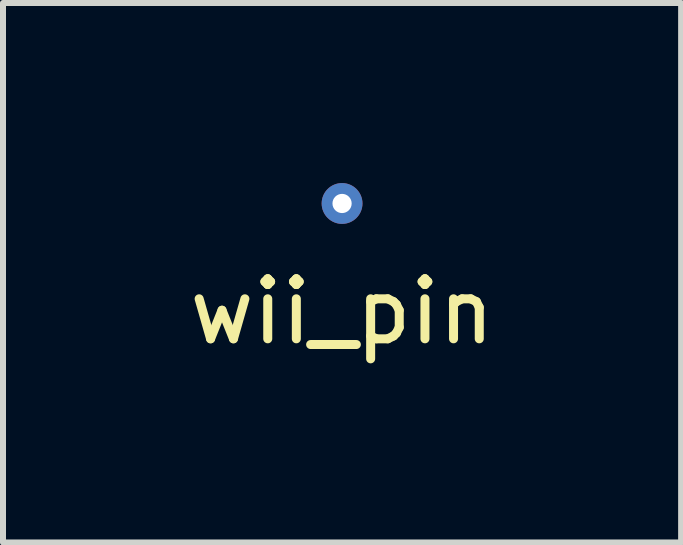
<source format=kicad_pcb>
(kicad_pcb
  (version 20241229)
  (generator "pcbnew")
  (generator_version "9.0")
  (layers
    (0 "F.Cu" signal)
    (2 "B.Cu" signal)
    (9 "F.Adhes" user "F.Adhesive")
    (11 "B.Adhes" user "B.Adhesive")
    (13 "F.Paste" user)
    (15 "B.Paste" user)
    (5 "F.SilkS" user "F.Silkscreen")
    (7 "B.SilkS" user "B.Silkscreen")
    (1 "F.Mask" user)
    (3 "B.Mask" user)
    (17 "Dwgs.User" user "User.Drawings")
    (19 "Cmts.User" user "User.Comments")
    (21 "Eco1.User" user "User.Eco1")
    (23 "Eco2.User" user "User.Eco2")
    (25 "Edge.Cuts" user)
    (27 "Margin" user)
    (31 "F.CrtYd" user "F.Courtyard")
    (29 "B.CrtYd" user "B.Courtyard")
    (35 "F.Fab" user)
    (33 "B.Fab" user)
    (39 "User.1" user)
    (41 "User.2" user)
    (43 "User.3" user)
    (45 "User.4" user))
  (footprint "wii_pin"
    (layer "F.Cu")
    (at 2.649 0.34)
    (property "Reference" "wii_pin" (at 0 1.8 0) (layer "F.SilkS") (effects (font (size 1 1) (thickness 0.15))))
    (attr through_hole)
    (pad "1" thru_hole circle (at 0 0) (size 0.68 0.68) (drill 0.32) (layers "*.Cu" "*.Mask")))
  (gr_rect
    (start -3 -3)
    (end 8.298 5.988)
    (stroke (width 0.1) (type default))
    (fill no)
    (layer "Edge.Cuts")))
</source>
